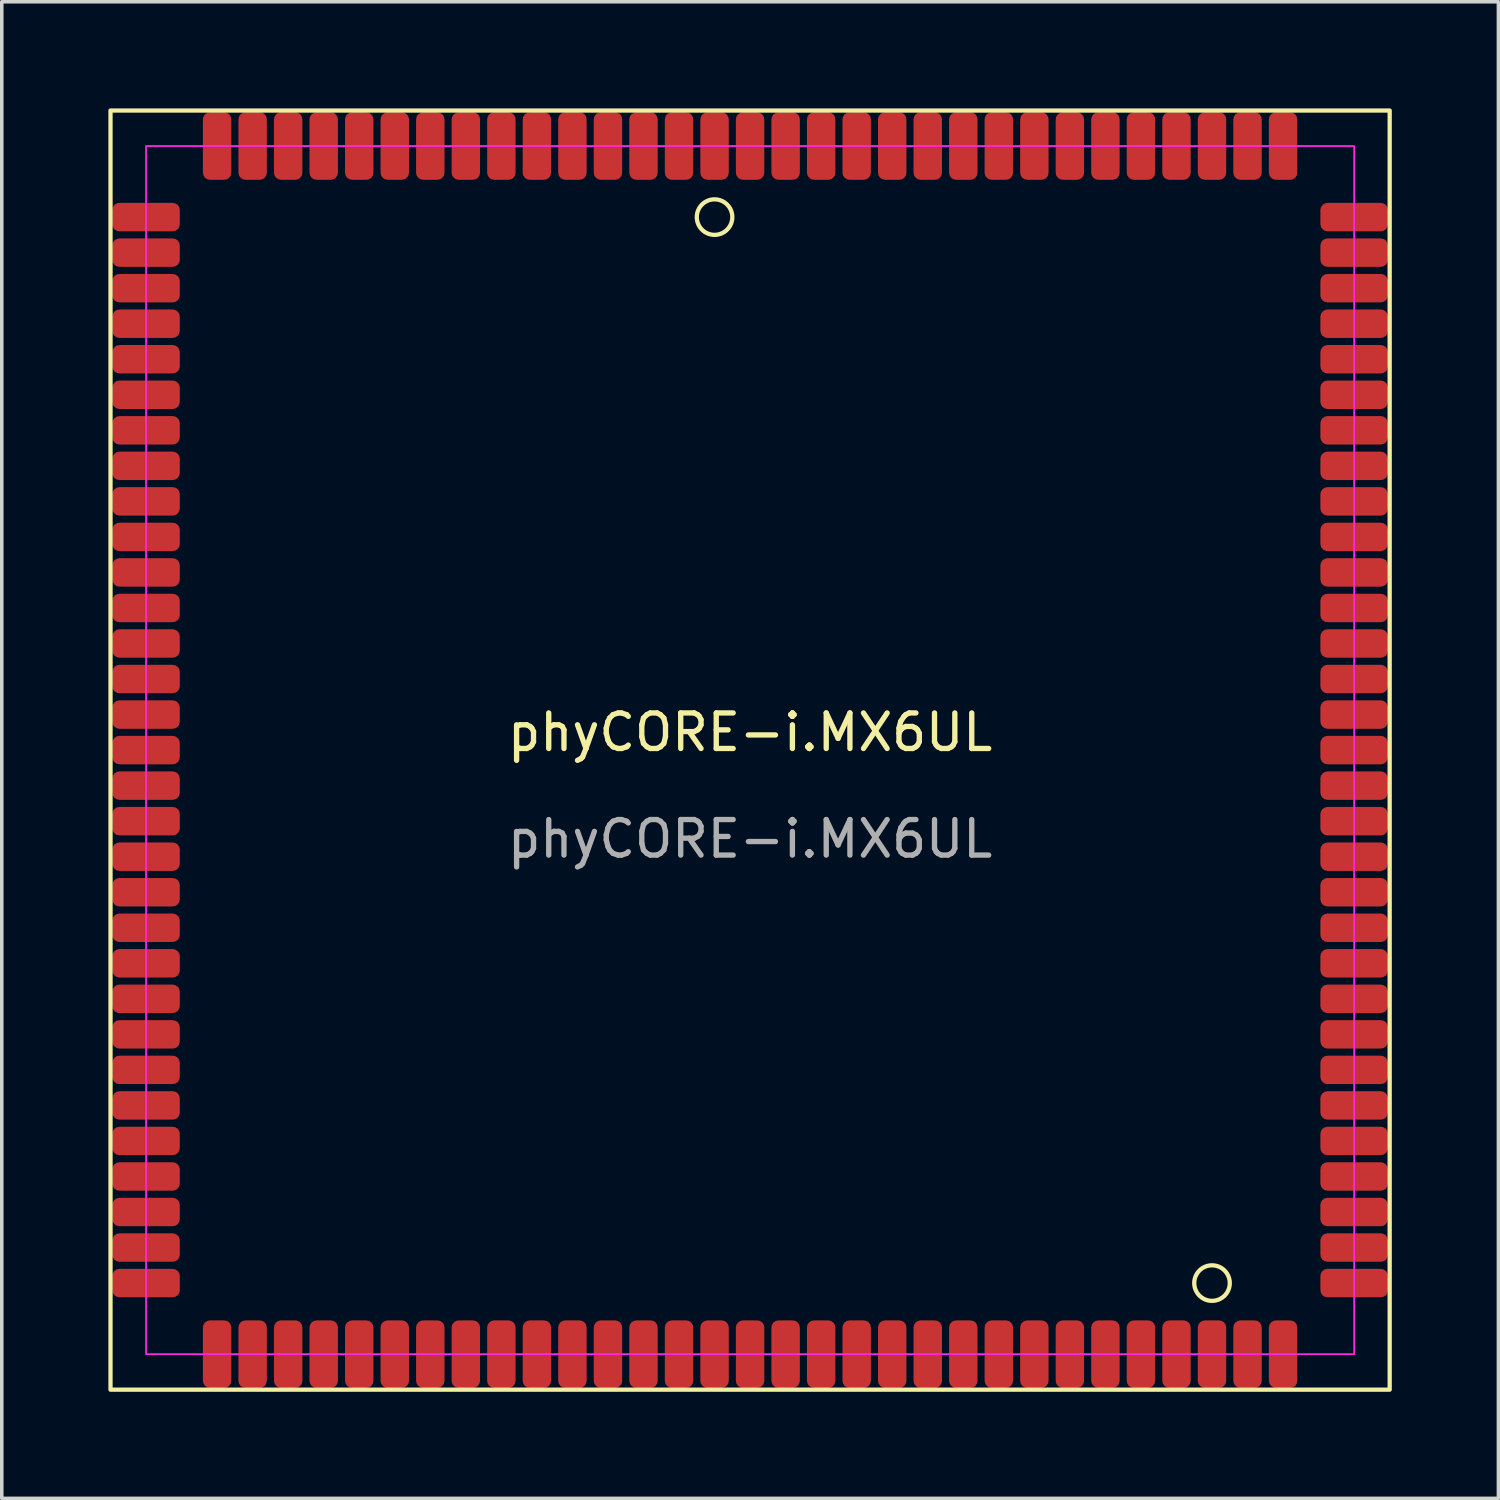
<source format=kicad_pcb>
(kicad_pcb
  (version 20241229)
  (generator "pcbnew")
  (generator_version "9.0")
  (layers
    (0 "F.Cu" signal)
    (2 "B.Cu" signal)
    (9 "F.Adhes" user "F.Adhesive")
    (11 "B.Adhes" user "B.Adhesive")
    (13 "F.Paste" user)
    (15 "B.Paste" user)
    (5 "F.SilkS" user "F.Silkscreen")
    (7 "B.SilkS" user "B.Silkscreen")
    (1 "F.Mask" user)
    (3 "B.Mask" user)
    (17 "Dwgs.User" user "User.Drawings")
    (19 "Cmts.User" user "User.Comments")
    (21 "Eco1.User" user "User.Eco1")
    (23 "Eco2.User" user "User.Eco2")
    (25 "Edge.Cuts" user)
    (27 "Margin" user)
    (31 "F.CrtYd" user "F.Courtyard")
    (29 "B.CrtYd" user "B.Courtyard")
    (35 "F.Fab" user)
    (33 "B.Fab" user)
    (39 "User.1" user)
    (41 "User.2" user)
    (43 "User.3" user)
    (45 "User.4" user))
  (footprint "phyCORE-i.MX6UL"
    (layer "F.Cu")
    (at 18.06 18.06)
    (property "Reference" "phyCORE-i.MX6UL" (at 0 -0.5 0) (unlocked yes) (layer "F.SilkS") (effects (font (size 1 1) (thickness 0.15))))
    (attr smd)
    (fp_rect (start -18 -18) (end 18 18) (stroke (width 0.12) (type solid)) (fill no) (layer "F.SilkS"))
    (fp_circle (center -1 -15) (end -0.5 -15) (stroke (width 0.12) (type solid)) (fill no) (layer "F.SilkS"))
    (fp_circle (center 13 15) (end 13.5 15) (stroke (width 0.12) (type solid)) (fill no) (layer "F.SilkS"))
    (fp_rect (start -17 -17) (end 17 17) (stroke (width 0.05) (type solid)) (fill no) (layer "F.CrtYd"))
    (fp_text user "${REFERENCE}" (at 0 2.5 0) (unlocked yes) (layer "F.Fab") (effects (font (size 1 1) (thickness 0.15))))
    (pad "1" smd roundrect (at -17 15 270) (size 0.8 1.9) (layers "F.Cu" "F.Mask" "F.Paste") (roundrect_rratio 0.25))
    (pad "2" smd roundrect (at -17 14 270) (size 0.8 1.9) (layers "F.Cu" "F.Mask" "F.Paste") (roundrect_rratio 0.25))
    (pad "3" smd roundrect (at -17 13 270) (size 0.8 1.9) (layers "F.Cu" "F.Mask" "F.Paste") (roundrect_rratio 0.25))
    (pad "4" smd roundrect (at -17 12 270) (size 0.8 1.9) (layers "F.Cu" "F.Mask" "F.Paste") (roundrect_rratio 0.25))
    (pad "5" smd roundrect (at -17 11 270) (size 0.8 1.9) (layers "F.Cu" "F.Mask" "F.Paste") (roundrect_rratio 0.25))
    (pad "6" smd roundrect (at -17 10 270) (size 0.8 1.9) (layers "F.Cu" "F.Mask" "F.Paste") (roundrect_rratio 0.25))
    (pad "7" smd roundrect (at -17 9 270) (size 0.8 1.9) (layers "F.Cu" "F.Mask" "F.Paste") (roundrect_rratio 0.25))
    (pad "8" smd roundrect (at -17 8 270) (size 0.8 1.9) (layers "F.Cu" "F.Mask" "F.Paste") (roundrect_rratio 0.25))
    (pad "9" smd roundrect (at -17 7 270) (size 0.8 1.9) (layers "F.Cu" "F.Mask" "F.Paste") (roundrect_rratio 0.25))
    (pad "10" smd roundrect (at -17 6 270) (size 0.8 1.9) (layers "F.Cu" "F.Mask" "F.Paste") (roundrect_rratio 0.25))
    (pad "11" smd roundrect (at -17 5 270) (size 0.8 1.9) (layers "F.Cu" "F.Mask" "F.Paste") (roundrect_rratio 0.25))
    (pad "12" smd roundrect (at -17 4 270) (size 0.8 1.9) (layers "F.Cu" "F.Mask" "F.Paste") (roundrect_rratio 0.25))
    (pad "13" smd roundrect (at -17 3 270) (size 0.8 1.9) (layers "F.Cu" "F.Mask" "F.Paste") (roundrect_rratio 0.25))
    (pad "14" smd roundrect (at -17 2 270) (size 0.8 1.9) (layers "F.Cu" "F.Mask" "F.Paste") (roundrect_rratio 0.25))
    (pad "15" smd roundrect (at -17 1 270) (size 0.8 1.9) (layers "F.Cu" "F.Mask" "F.Paste") (roundrect_rratio 0.25))
    (pad "16" smd roundrect (at -17 0 270) (size 0.8 1.9) (layers "F.Cu" "F.Mask" "F.Paste") (roundrect_rratio 0.25))
    (pad "17" smd roundrect (at -17 -1 270) (size 0.8 1.9) (layers "F.Cu" "F.Mask" "F.Paste") (roundrect_rratio 0.25))
    (pad "18" smd roundrect (at -17 -2 270) (size 0.8 1.9) (layers "F.Cu" "F.Mask" "F.Paste") (roundrect_rratio 0.25))
    (pad "19" smd roundrect (at -17 -3 270) (size 0.8 1.9) (layers "F.Cu" "F.Mask" "F.Paste") (roundrect_rratio 0.25))
    (pad "20" smd roundrect (at -17 -4 270) (size 0.8 1.9) (layers "F.Cu" "F.Mask" "F.Paste") (roundrect_rratio 0.25))
    (pad "21" smd roundrect (at -17 -5 270) (size 0.8 1.9) (layers "F.Cu" "F.Mask" "F.Paste") (roundrect_rratio 0.25))
    (pad "22" smd roundrect (at -17 -6 270) (size 0.8 1.9) (layers "F.Cu" "F.Mask" "F.Paste") (roundrect_rratio 0.25))
    (pad "23" smd roundrect (at -17 -7 270) (size 0.8 1.9) (layers "F.Cu" "F.Mask" "F.Paste") (roundrect_rratio 0.25))
    (pad "24" smd roundrect (at -17 -8 270) (size 0.8 1.9) (layers "F.Cu" "F.Mask" "F.Paste") (roundrect_rratio 0.25))
    (pad "25" smd roundrect (at -17 -9 270) (size 0.8 1.9) (layers "F.Cu" "F.Mask" "F.Paste") (roundrect_rratio 0.25))
    (pad "26" smd roundrect (at -17 -10 270) (size 0.8 1.9) (layers "F.Cu" "F.Mask" "F.Paste") (roundrect_rratio 0.25))
    (pad "27" smd roundrect (at -17 -11 270) (size 0.8 1.9) (layers "F.Cu" "F.Mask" "F.Paste") (roundrect_rratio 0.25))
    (pad "28" smd roundrect (at -17 -12 270) (size 0.8 1.9) (layers "F.Cu" "F.Mask" "F.Paste") (roundrect_rratio 0.25))
    (pad "29" smd roundrect (at -17 -13 270) (size 0.8 1.9) (layers "F.Cu" "F.Mask" "F.Paste") (roundrect_rratio 0.25))
    (pad "30" smd roundrect (at -17 -14 270) (size 0.8 1.9) (layers "F.Cu" "F.Mask" "F.Paste") (roundrect_rratio 0.25))
    (pad "31" smd roundrect (at -17 -15 270) (size 0.8 1.9) (layers "F.Cu" "F.Mask" "F.Paste") (roundrect_rratio 0.25))
    (pad "32" smd roundrect (at -15 -17) (size 0.8 1.9) (layers "F.Cu" "F.Mask" "F.Paste") (roundrect_rratio 0.25))
    (pad "33" smd roundrect (at -14 -17) (size 0.8 1.9) (layers "F.Cu" "F.Mask" "F.Paste") (roundrect_rratio 0.25))
    (pad "34" smd roundrect (at -13 -17) (size 0.8 1.9) (layers "F.Cu" "F.Mask" "F.Paste") (roundrect_rratio 0.25))
    (pad "35" smd roundrect (at -12 -17) (size 0.8 1.9) (layers "F.Cu" "F.Mask" "F.Paste") (roundrect_rratio 0.25))
    (pad "36" smd roundrect (at -11 -17) (size 0.8 1.9) (layers "F.Cu" "F.Mask" "F.Paste") (roundrect_rratio 0.25))
    (pad "37" smd roundrect (at -10 -17) (size 0.8 1.9) (layers "F.Cu" "F.Mask" "F.Paste") (roundrect_rratio 0.25))
    (pad "38" smd roundrect (at -9 -17) (size 0.8 1.9) (layers "F.Cu" "F.Mask" "F.Paste") (roundrect_rratio 0.25))
    (pad "39" smd roundrect (at -8 -17) (size 0.8 1.9) (layers "F.Cu" "F.Mask" "F.Paste") (roundrect_rratio 0.25))
    (pad "40" smd roundrect (at -7 -17) (size 0.8 1.9) (layers "F.Cu" "F.Mask" "F.Paste") (roundrect_rratio 0.25))
    (pad "41" smd roundrect (at -6 -17) (size 0.8 1.9) (layers "F.Cu" "F.Mask" "F.Paste") (roundrect_rratio 0.25))
    (pad "42" smd roundrect (at -5 -17) (size 0.8 1.9) (layers "F.Cu" "F.Mask" "F.Paste") (roundrect_rratio 0.25))
    (pad "43" smd roundrect (at -4 -17) (size 0.8 1.9) (layers "F.Cu" "F.Mask" "F.Paste") (roundrect_rratio 0.25))
    (pad "44" smd roundrect (at -3 -17) (size 0.8 1.9) (layers "F.Cu" "F.Mask" "F.Paste") (roundrect_rratio 0.25))
    (pad "45" smd roundrect (at -2 -17) (size 0.8 1.9) (layers "F.Cu" "F.Mask" "F.Paste") (roundrect_rratio 0.25))
    (pad "46" smd roundrect (at -1 -17) (size 0.8 1.9) (layers "F.Cu" "F.Mask" "F.Paste") (roundrect_rratio 0.25))
    (pad "47" smd roundrect (at 0 -17) (size 0.8 1.9) (layers "F.Cu" "F.Mask" "F.Paste") (roundrect_rratio 0.25))
    (pad "48" smd roundrect (at 1 -17) (size 0.8 1.9) (layers "F.Cu" "F.Mask" "F.Paste") (roundrect_rratio 0.25))
    (pad "49" smd roundrect (at 2 -17) (size 0.8 1.9) (layers "F.Cu" "F.Mask" "F.Paste") (roundrect_rratio 0.25))
    (pad "50" smd roundrect (at 3 -17) (size 0.8 1.9) (layers "F.Cu" "F.Mask" "F.Paste") (roundrect_rratio 0.25))
    (pad "51" smd roundrect (at 4 -17) (size 0.8 1.9) (layers "F.Cu" "F.Mask" "F.Paste") (roundrect_rratio 0.25))
    (pad "52" smd roundrect (at 5 -17) (size 0.8 1.9) (layers "F.Cu" "F.Mask" "F.Paste") (roundrect_rratio 0.25))
    (pad "53" smd roundrect (at 6 -17) (size 0.8 1.9) (layers "F.Cu" "F.Mask" "F.Paste") (roundrect_rratio 0.25))
    (pad "54" smd roundrect (at 7 -17) (size 0.8 1.9) (layers "F.Cu" "F.Mask" "F.Paste") (roundrect_rratio 0.25))
    (pad "55" smd roundrect (at 8 -17) (size 0.8 1.9) (layers "F.Cu" "F.Mask" "F.Paste") (roundrect_rratio 0.25))
    (pad "56" smd roundrect (at 9 -17) (size 0.8 1.9) (layers "F.Cu" "F.Mask" "F.Paste") (roundrect_rratio 0.25))
    (pad "57" smd roundrect (at 10 -17) (size 0.8 1.9) (layers "F.Cu" "F.Mask" "F.Paste") (roundrect_rratio 0.25))
    (pad "58" smd roundrect (at 11 -17) (size 0.8 1.9) (layers "F.Cu" "F.Mask" "F.Paste") (roundrect_rratio 0.25))
    (pad "59" smd roundrect (at 12 -17) (size 0.8 1.9) (layers "F.Cu" "F.Mask" "F.Paste") (roundrect_rratio 0.25))
    (pad "60" smd roundrect (at 13 -17) (size 0.8 1.9) (layers "F.Cu" "F.Mask" "F.Paste") (roundrect_rratio 0.25))
    (pad "61" smd roundrect (at 14 -17) (size 0.8 1.9) (layers "F.Cu" "F.Mask" "F.Paste") (roundrect_rratio 0.25))
    (pad "62" smd roundrect (at 15 -17) (size 0.8 1.9) (layers "F.Cu" "F.Mask" "F.Paste") (roundrect_rratio 0.25))
    (pad "63" smd roundrect (at 17 -15 90) (size 0.8 1.9) (layers "F.Cu" "F.Mask" "F.Paste") (roundrect_rratio 0.25))
    (pad "64" smd roundrect (at 17 -14 90) (size 0.8 1.9) (layers "F.Cu" "F.Mask" "F.Paste") (roundrect_rratio 0.25))
    (pad "65" smd roundrect (at 17 -13 90) (size 0.8 1.9) (layers "F.Cu" "F.Mask" "F.Paste") (roundrect_rratio 0.25))
    (pad "66" smd roundrect (at 17 -12 90) (size 0.8 1.9) (layers "F.Cu" "F.Mask" "F.Paste") (roundrect_rratio 0.25))
    (pad "67" smd roundrect (at 17 -11 90) (size 0.8 1.9) (layers "F.Cu" "F.Mask" "F.Paste") (roundrect_rratio 0.25))
    (pad "68" smd roundrect (at 17 -10 90) (size 0.8 1.9) (layers "F.Cu" "F.Mask" "F.Paste") (roundrect_rratio 0.25))
    (pad "69" smd roundrect (at 17 -9 90) (size 0.8 1.9) (layers "F.Cu" "F.Mask" "F.Paste") (roundrect_rratio 0.25))
    (pad "70" smd roundrect (at 17 -8 90) (size 0.8 1.9) (layers "F.Cu" "F.Mask" "F.Paste") (roundrect_rratio 0.25))
    (pad "71" smd roundrect (at 17 -7 90) (size 0.8 1.9) (layers "F.Cu" "F.Mask" "F.Paste") (roundrect_rratio 0.25))
    (pad "72" smd roundrect (at 17 -6 90) (size 0.8 1.9) (layers "F.Cu" "F.Mask" "F.Paste") (roundrect_rratio 0.25))
    (pad "73" smd roundrect (at 17 -5 90) (size 0.8 1.9) (layers "F.Cu" "F.Mask" "F.Paste") (roundrect_rratio 0.25))
    (pad "74" smd roundrect (at 17 -4 90) (size 0.8 1.9) (layers "F.Cu" "F.Mask" "F.Paste") (roundrect_rratio 0.25))
    (pad "75" smd roundrect (at 17 -3 90) (size 0.8 1.9) (layers "F.Cu" "F.Mask" "F.Paste") (roundrect_rratio 0.25))
    (pad "76" smd roundrect (at 17 -2 90) (size 0.8 1.9) (layers "F.Cu" "F.Mask" "F.Paste") (roundrect_rratio 0.25))
    (pad "77" smd roundrect (at 17 -1 90) (size 0.8 1.9) (layers "F.Cu" "F.Mask" "F.Paste") (roundrect_rratio 0.25))
    (pad "78" smd roundrect (at 17 0 90) (size 0.8 1.9) (layers "F.Cu" "F.Mask" "F.Paste") (roundrect_rratio 0.25))
    (pad "79" smd roundrect (at 17 1 90) (size 0.8 1.9) (layers "F.Cu" "F.Mask" "F.Paste") (roundrect_rratio 0.25))
    (pad "80" smd roundrect (at 17 2 90) (size 0.8 1.9) (layers "F.Cu" "F.Mask" "F.Paste") (roundrect_rratio 0.25))
    (pad "81" smd roundrect (at 17 3 90) (size 0.8 1.9) (layers "F.Cu" "F.Mask" "F.Paste") (roundrect_rratio 0.25))
    (pad "82" smd roundrect (at 17 4 90) (size 0.8 1.9) (layers "F.Cu" "F.Mask" "F.Paste") (roundrect_rratio 0.25))
    (pad "83" smd roundrect (at 17 5 90) (size 0.8 1.9) (layers "F.Cu" "F.Mask" "F.Paste") (roundrect_rratio 0.25))
    (pad "84" smd roundrect (at 17 6 90) (size 0.8 1.9) (layers "F.Cu" "F.Mask" "F.Paste") (roundrect_rratio 0.25))
    (pad "85" smd roundrect (at 17 7 90) (size 0.8 1.9) (layers "F.Cu" "F.Mask" "F.Paste") (roundrect_rratio 0.25))
    (pad "86" smd roundrect (at 17 8 90) (size 0.8 1.9) (layers "F.Cu" "F.Mask" "F.Paste") (roundrect_rratio 0.25))
    (pad "87" smd roundrect (at 17 9 90) (size 0.8 1.9) (layers "F.Cu" "F.Mask" "F.Paste") (roundrect_rratio 0.25))
    (pad "88" smd roundrect (at 17 10 90) (size 0.8 1.9) (layers "F.Cu" "F.Mask" "F.Paste") (roundrect_rratio 0.25))
    (pad "89" smd roundrect (at 17 11 90) (size 0.8 1.9) (layers "F.Cu" "F.Mask" "F.Paste") (roundrect_rratio 0.25))
    (pad "90" smd roundrect (at 17 12 90) (size 0.8 1.9) (layers "F.Cu" "F.Mask" "F.Paste") (roundrect_rratio 0.25))
    (pad "91" smd roundrect (at 17 13 90) (size 0.8 1.9) (layers "F.Cu" "F.Mask" "F.Paste") (roundrect_rratio 0.25))
    (pad "92" smd roundrect (at 17 14 90) (size 0.8 1.9) (layers "F.Cu" "F.Mask" "F.Paste") (roundrect_rratio 0.25))
    (pad "93" smd roundrect (at 17 15 90) (size 0.8 1.9) (layers "F.Cu" "F.Mask" "F.Paste") (roundrect_rratio 0.25))
    (pad "94" smd roundrect (at 15 17 180) (size 0.8 1.9) (layers "F.Cu" "F.Mask" "F.Paste") (roundrect_rratio 0.25))
    (pad "95" smd roundrect (at 14 17 180) (size 0.8 1.9) (layers "F.Cu" "F.Mask" "F.Paste") (roundrect_rratio 0.25))
    (pad "96" smd roundrect (at 13 17 180) (size 0.8 1.9) (layers "F.Cu" "F.Mask" "F.Paste") (roundrect_rratio 0.25))
    (pad "97" smd roundrect (at 12 17 180) (size 0.8 1.9) (layers "F.Cu" "F.Mask" "F.Paste") (roundrect_rratio 0.25))
    (pad "98" smd roundrect (at 11 17 180) (size 0.8 1.9) (layers "F.Cu" "F.Mask" "F.Paste") (roundrect_rratio 0.25))
    (pad "99" smd roundrect (at 10 17 180) (size 0.8 1.9) (layers "F.Cu" "F.Mask" "F.Paste") (roundrect_rratio 0.25))
    (pad "100" smd roundrect (at 9 17 180) (size 0.8 1.9) (layers "F.Cu" "F.Mask" "F.Paste") (roundrect_rratio 0.25))
    (pad "101" smd roundrect (at 8 17 180) (size 0.8 1.9) (layers "F.Cu" "F.Mask" "F.Paste") (roundrect_rratio 0.25))
    (pad "102" smd roundrect (at 7 17 180) (size 0.8 1.9) (layers "F.Cu" "F.Mask" "F.Paste") (roundrect_rratio 0.25))
    (pad "103" smd roundrect (at 6 17 180) (size 0.8 1.9) (layers "F.Cu" "F.Mask" "F.Paste") (roundrect_rratio 0.25))
    (pad "104" smd roundrect (at 5 17 180) (size 0.8 1.9) (layers "F.Cu" "F.Mask" "F.Paste") (roundrect_rratio 0.25))
    (pad "105" smd roundrect (at 4 17 180) (size 0.8 1.9) (layers "F.Cu" "F.Mask" "F.Paste") (roundrect_rratio 0.25))
    (pad "106" smd roundrect (at 3 17 180) (size 0.8 1.9) (layers "F.Cu" "F.Mask" "F.Paste") (roundrect_rratio 0.25))
    (pad "107" smd roundrect (at 2 17 180) (size 0.8 1.9) (layers "F.Cu" "F.Mask" "F.Paste") (roundrect_rratio 0.25))
    (pad "108" smd roundrect (at 1 17 180) (size 0.8 1.9) (layers "F.Cu" "F.Mask" "F.Paste") (roundrect_rratio 0.25))
    (pad "109" smd roundrect (at 0 17 180) (size 0.8 1.9) (layers "F.Cu" "F.Mask" "F.Paste") (roundrect_rratio 0.25))
    (pad "110" smd roundrect (at -1 17 180) (size 0.8 1.9) (layers "F.Cu" "F.Mask" "F.Paste") (roundrect_rratio 0.25))
    (pad "111" smd roundrect (at -2 17 180) (size 0.8 1.9) (layers "F.Cu" "F.Mask" "F.Paste") (roundrect_rratio 0.25))
    (pad "112" smd roundrect (at -3 17 180) (size 0.8 1.9) (layers "F.Cu" "F.Mask" "F.Paste") (roundrect_rratio 0.25))
    (pad "113" smd roundrect (at -4 17 180) (size 0.8 1.9) (layers "F.Cu" "F.Mask" "F.Paste") (roundrect_rratio 0.25))
    (pad "114" smd roundrect (at -5 17 180) (size 0.8 1.9) (layers "F.Cu" "F.Mask" "F.Paste") (roundrect_rratio 0.25))
    (pad "115" smd roundrect (at -6 17 180) (size 0.8 1.9) (layers "F.Cu" "F.Mask" "F.Paste") (roundrect_rratio 0.25))
    (pad "116" smd roundrect (at -7 17 180) (size 0.8 1.9) (layers "F.Cu" "F.Mask" "F.Paste") (roundrect_rratio 0.25))
    (pad "117" smd roundrect (at -8 17 180) (size 0.8 1.9) (layers "F.Cu" "F.Mask" "F.Paste") (roundrect_rratio 0.25))
    (pad "118" smd roundrect (at -9 17 180) (size 0.8 1.9) (layers "F.Cu" "F.Mask" "F.Paste") (roundrect_rratio 0.25))
    (pad "119" smd roundrect (at -10 17 180) (size 0.8 1.9) (layers "F.Cu" "F.Mask" "F.Paste") (roundrect_rratio 0.25))
    (pad "120" smd roundrect (at -11 17 180) (size 0.8 1.9) (layers "F.Cu" "F.Mask" "F.Paste") (roundrect_rratio 0.25))
    (pad "121" smd roundrect (at -12 17 180) (size 0.8 1.9) (layers "F.Cu" "F.Mask" "F.Paste") (roundrect_rratio 0.25))
    (pad "122" smd roundrect (at -13 17 180) (size 0.8 1.9) (layers "F.Cu" "F.Mask" "F.Paste") (roundrect_rratio 0.25))
    (pad "123" smd roundrect (at -14 17 180) (size 0.8 1.9) (layers "F.Cu" "F.Mask" "F.Paste") (roundrect_rratio 0.25))
    (pad "124" smd roundrect (at -15 17 180) (size 0.8 1.9) (layers "F.Cu" "F.Mask" "F.Paste") (roundrect_rratio 0.25)))
  (gr_rect
    (start -3 -3)
    (end 39.12 39.12)
    (stroke (width 0.1) (type default))
    (fill no)
    (layer "Edge.Cuts")))
</source>
